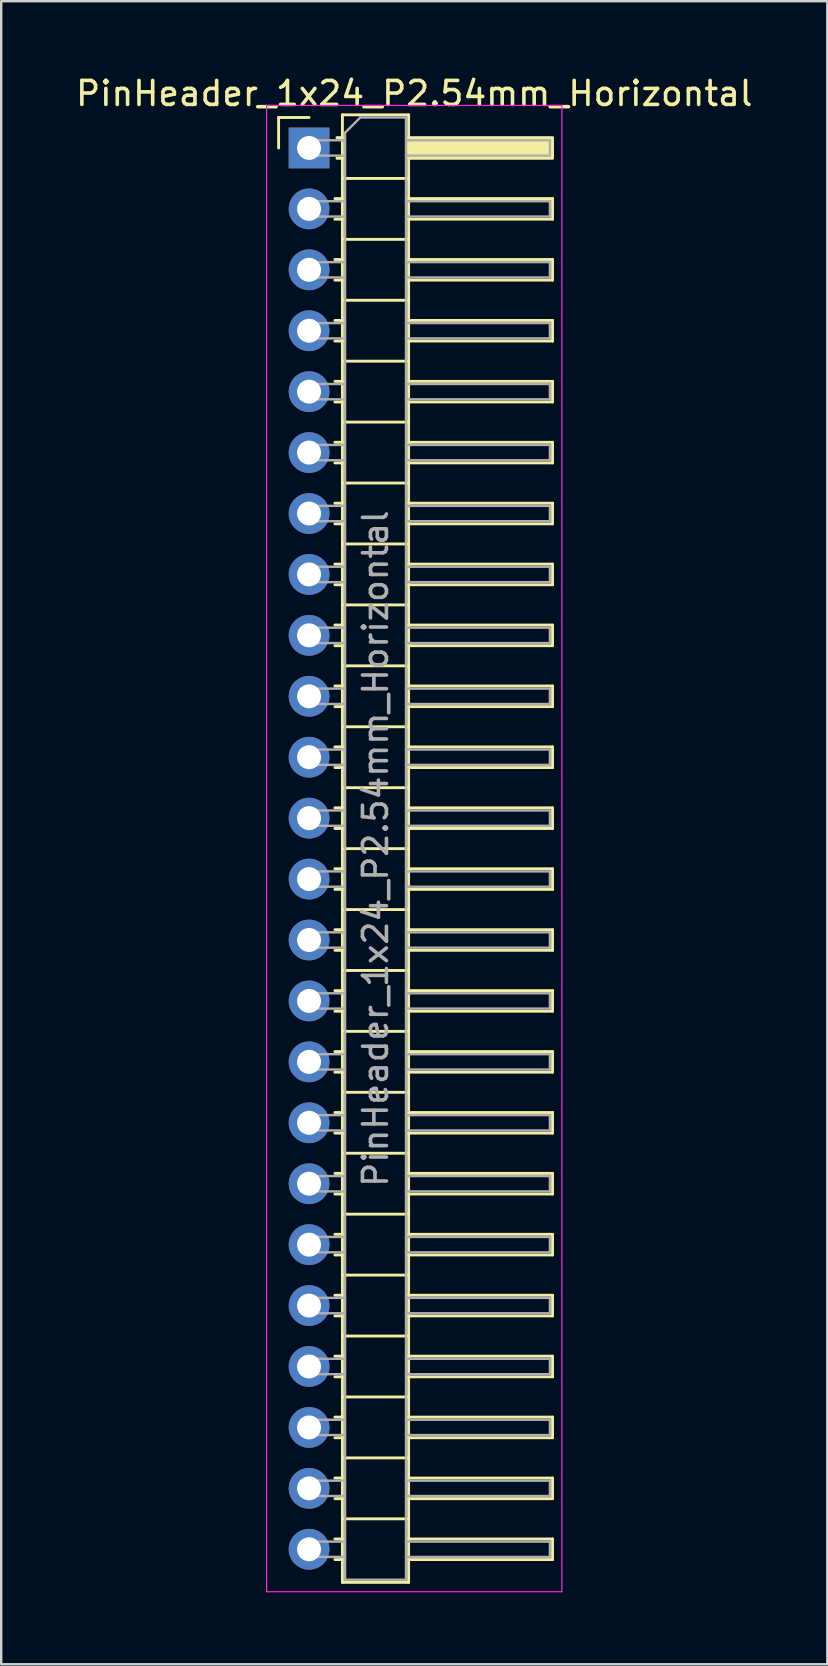
<source format=kicad_pcb>
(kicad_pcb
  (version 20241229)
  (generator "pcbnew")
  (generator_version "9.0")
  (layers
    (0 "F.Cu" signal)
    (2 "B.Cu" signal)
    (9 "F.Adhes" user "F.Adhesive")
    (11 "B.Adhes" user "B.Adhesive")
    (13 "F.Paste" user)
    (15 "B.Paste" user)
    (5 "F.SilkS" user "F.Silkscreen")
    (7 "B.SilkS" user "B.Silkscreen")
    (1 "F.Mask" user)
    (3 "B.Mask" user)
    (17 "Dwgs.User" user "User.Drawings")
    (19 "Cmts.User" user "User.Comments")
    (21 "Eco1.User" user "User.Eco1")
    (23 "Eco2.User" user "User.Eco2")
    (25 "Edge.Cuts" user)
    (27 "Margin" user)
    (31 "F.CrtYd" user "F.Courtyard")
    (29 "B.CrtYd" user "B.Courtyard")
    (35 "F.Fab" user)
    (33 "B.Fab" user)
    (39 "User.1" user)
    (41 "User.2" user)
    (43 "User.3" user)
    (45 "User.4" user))
  (footprint "PinHeader_1x24_P2.54mm_Horizontal"
    (layer "F.Cu")
    (at 9.835 3.118)
    (property "Reference" "PinHeader_1x24_P2.54mm_Horizontal" (at 4.385 -2.27 0) (layer "F.SilkS") (effects (font (size 1 1) (thickness 0.15))))
    (attr through_hole)
    (fp_line (start -1.27 -1.27) (end 0 -1.27) (stroke (width 0.12) (type solid)) (layer "F.SilkS"))
    (fp_line (start -1.27 0) (end -1.27 -1.27) (stroke (width 0.12) (type solid)) (layer "F.SilkS"))
    (fp_line (start 1.077 2.11) (end 1.39 2.11) (stroke (width 0.12) (type solid)) (layer "F.SilkS"))
    (fp_line (start 1.077 2.97) (end 1.39 2.97) (stroke (width 0.12) (type solid)) (layer "F.SilkS"))
    (fp_line (start 1.077 4.65) (end 1.39 4.65) (stroke (width 0.12) (type solid)) (layer "F.SilkS"))
    (fp_line (start 1.077 5.51) (end 1.39 5.51) (stroke (width 0.12) (type solid)) (layer "F.SilkS"))
    (fp_line (start 1.077 7.19) (end 1.39 7.19) (stroke (width 0.12) (type solid)) (layer "F.SilkS"))
    (fp_line (start 1.077 8.05) (end 1.39 8.05) (stroke (width 0.12) (type solid)) (layer "F.SilkS"))
    (fp_line (start 1.077 9.73) (end 1.39 9.73) (stroke (width 0.12) (type solid)) (layer "F.SilkS"))
    (fp_line (start 1.077 10.59) (end 1.39 10.59) (stroke (width 0.12) (type solid)) (layer "F.SilkS"))
    (fp_line (start 1.077 12.27) (end 1.39 12.27) (stroke (width 0.12) (type solid)) (layer "F.SilkS"))
    (fp_line (start 1.077 13.13) (end 1.39 13.13) (stroke (width 0.12) (type solid)) (layer "F.SilkS"))
    (fp_line (start 1.077 14.81) (end 1.39 14.81) (stroke (width 0.12) (type solid)) (layer "F.SilkS"))
    (fp_line (start 1.077 15.67) (end 1.39 15.67) (stroke (width 0.12) (type solid)) (layer "F.SilkS"))
    (fp_line (start 1.077 17.35) (end 1.39 17.35) (stroke (width 0.12) (type solid)) (layer "F.SilkS"))
    (fp_line (start 1.077 18.21) (end 1.39 18.21) (stroke (width 0.12) (type solid)) (layer "F.SilkS"))
    (fp_line (start 1.077 19.89) (end 1.39 19.89) (stroke (width 0.12) (type solid)) (layer "F.SilkS"))
    (fp_line (start 1.077 20.75) (end 1.39 20.75) (stroke (width 0.12) (type solid)) (layer "F.SilkS"))
    (fp_line (start 1.077 22.43) (end 1.39 22.43) (stroke (width 0.12) (type solid)) (layer "F.SilkS"))
    (fp_line (start 1.077 23.29) (end 1.39 23.29) (stroke (width 0.12) (type solid)) (layer "F.SilkS"))
    (fp_line (start 1.077 24.97) (end 1.39 24.97) (stroke (width 0.12) (type solid)) (layer "F.SilkS"))
    (fp_line (start 1.077 25.83) (end 1.39 25.83) (stroke (width 0.12) (type solid)) (layer "F.SilkS"))
    (fp_line (start 1.077 27.51) (end 1.39 27.51) (stroke (width 0.12) (type solid)) (layer "F.SilkS"))
    (fp_line (start 1.077 28.37) (end 1.39 28.37) (stroke (width 0.12) (type solid)) (layer "F.SilkS"))
    (fp_line (start 1.077 30.05) (end 1.39 30.05) (stroke (width 0.12) (type solid)) (layer "F.SilkS"))
    (fp_line (start 1.077 30.91) (end 1.39 30.91) (stroke (width 0.12) (type solid)) (layer "F.SilkS"))
    (fp_line (start 1.077 32.59) (end 1.39 32.59) (stroke (width 0.12) (type solid)) (layer "F.SilkS"))
    (fp_line (start 1.077 33.45) (end 1.39 33.45) (stroke (width 0.12) (type solid)) (layer "F.SilkS"))
    (fp_line (start 1.077 35.13) (end 1.39 35.13) (stroke (width 0.12) (type solid)) (layer "F.SilkS"))
    (fp_line (start 1.077 35.99) (end 1.39 35.99) (stroke (width 0.12) (type solid)) (layer "F.SilkS"))
    (fp_line (start 1.077 37.67) (end 1.39 37.67) (stroke (width 0.12) (type solid)) (layer "F.SilkS"))
    (fp_line (start 1.077 38.53) (end 1.39 38.53) (stroke (width 0.12) (type solid)) (layer "F.SilkS"))
    (fp_line (start 1.077 40.21) (end 1.39 40.21) (stroke (width 0.12) (type solid)) (layer "F.SilkS"))
    (fp_line (start 1.077 41.07) (end 1.39 41.07) (stroke (width 0.12) (type solid)) (layer "F.SilkS"))
    (fp_line (start 1.077 42.75) (end 1.39 42.75) (stroke (width 0.12) (type solid)) (layer "F.SilkS"))
    (fp_line (start 1.077 43.61) (end 1.39 43.61) (stroke (width 0.12) (type solid)) (layer "F.SilkS"))
    (fp_line (start 1.077 45.29) (end 1.39 45.29) (stroke (width 0.12) (type solid)) (layer "F.SilkS"))
    (fp_line (start 1.077 46.15) (end 1.39 46.15) (stroke (width 0.12) (type solid)) (layer "F.SilkS"))
    (fp_line (start 1.077 47.83) (end 1.39 47.83) (stroke (width 0.12) (type solid)) (layer "F.SilkS"))
    (fp_line (start 1.077 48.69) (end 1.39 48.69) (stroke (width 0.12) (type solid)) (layer "F.SilkS"))
    (fp_line (start 1.077 50.37) (end 1.39 50.37) (stroke (width 0.12) (type solid)) (layer "F.SilkS"))
    (fp_line (start 1.077 51.23) (end 1.39 51.23) (stroke (width 0.12) (type solid)) (layer "F.SilkS"))
    (fp_line (start 1.077 52.91) (end 1.39 52.91) (stroke (width 0.12) (type solid)) (layer "F.SilkS"))
    (fp_line (start 1.077 53.77) (end 1.39 53.77) (stroke (width 0.12) (type solid)) (layer "F.SilkS"))
    (fp_line (start 1.077 55.45) (end 1.39 55.45) (stroke (width 0.12) (type solid)) (layer "F.SilkS"))
    (fp_line (start 1.077 56.31) (end 1.39 56.31) (stroke (width 0.12) (type solid)) (layer "F.SilkS"))
    (fp_line (start 1.077 57.99) (end 1.39 57.99) (stroke (width 0.12) (type solid)) (layer "F.SilkS"))
    (fp_line (start 1.077 58.85) (end 1.39 58.85) (stroke (width 0.12) (type solid)) (layer "F.SilkS"))
    (fp_line (start 1.16 -0.43) (end 1.39 -0.43) (stroke (width 0.12) (type solid)) (layer "F.SilkS"))
    (fp_line (start 1.16 0.43) (end 1.39 0.43) (stroke (width 0.12) (type solid)) (layer "F.SilkS"))
    (fp_line (start 1.39 -1.38) (end 1.39 59.8) (stroke (width 0.12) (type solid)) (layer "F.SilkS"))
    (fp_line (start 1.39 1.27) (end 4.15 1.27) (stroke (width 0.12) (type solid)) (layer "F.SilkS"))
    (fp_line (start 1.39 3.81) (end 4.15 3.81) (stroke (width 0.12) (type solid)) (layer "F.SilkS"))
    (fp_line (start 1.39 6.35) (end 4.15 6.35) (stroke (width 0.12) (type solid)) (layer "F.SilkS"))
    (fp_line (start 1.39 8.89) (end 4.15 8.89) (stroke (width 0.12) (type solid)) (layer "F.SilkS"))
    (fp_line (start 1.39 11.43) (end 4.15 11.43) (stroke (width 0.12) (type solid)) (layer "F.SilkS"))
    (fp_line (start 1.39 13.97) (end 4.15 13.97) (stroke (width 0.12) (type solid)) (layer "F.SilkS"))
    (fp_line (start 1.39 16.51) (end 4.15 16.51) (stroke (width 0.12) (type solid)) (layer "F.SilkS"))
    (fp_line (start 1.39 19.05) (end 4.15 19.05) (stroke (width 0.12) (type solid)) (layer "F.SilkS"))
    (fp_line (start 1.39 21.59) (end 4.15 21.59) (stroke (width 0.12) (type solid)) (layer "F.SilkS"))
    (fp_line (start 1.39 24.13) (end 4.15 24.13) (stroke (width 0.12) (type solid)) (layer "F.SilkS"))
    (fp_line (start 1.39 26.67) (end 4.15 26.67) (stroke (width 0.12) (type solid)) (layer "F.SilkS"))
    (fp_line (start 1.39 29.21) (end 4.15 29.21) (stroke (width 0.12) (type solid)) (layer "F.SilkS"))
    (fp_line (start 1.39 31.75) (end 4.15 31.75) (stroke (width 0.12) (type solid)) (layer "F.SilkS"))
    (fp_line (start 1.39 34.29) (end 4.15 34.29) (stroke (width 0.12) (type solid)) (layer "F.SilkS"))
    (fp_line (start 1.39 36.83) (end 4.15 36.83) (stroke (width 0.12) (type solid)) (layer "F.SilkS"))
    (fp_line (start 1.39 39.37) (end 4.15 39.37) (stroke (width 0.12) (type solid)) (layer "F.SilkS"))
    (fp_line (start 1.39 41.91) (end 4.15 41.91) (stroke (width 0.12) (type solid)) (layer "F.SilkS"))
    (fp_line (start 1.39 44.45) (end 4.15 44.45) (stroke (width 0.12) (type solid)) (layer "F.SilkS"))
    (fp_line (start 1.39 46.99) (end 4.15 46.99) (stroke (width 0.12) (type solid)) (layer "F.SilkS"))
    (fp_line (start 1.39 49.53) (end 4.15 49.53) (stroke (width 0.12) (type solid)) (layer "F.SilkS"))
    (fp_line (start 1.39 52.07) (end 4.15 52.07) (stroke (width 0.12) (type solid)) (layer "F.SilkS"))
    (fp_line (start 1.39 54.61) (end 4.15 54.61) (stroke (width 0.12) (type solid)) (layer "F.SilkS"))
    (fp_line (start 1.39 57.15) (end 4.15 57.15) (stroke (width 0.12) (type solid)) (layer "F.SilkS"))
    (fp_line (start 1.39 59.8) (end 4.15 59.8) (stroke (width 0.12) (type solid)) (layer "F.SilkS"))
    (fp_line (start 4.15 -1.38) (end 1.39 -1.38) (stroke (width 0.12) (type solid)) (layer "F.SilkS"))
    (fp_line (start 4.15 2.11) (end 10.15 2.11) (stroke (width 0.12) (type solid)) (layer "F.SilkS"))
    (fp_line (start 4.15 4.65) (end 10.15 4.65) (stroke (width 0.12) (type solid)) (layer "F.SilkS"))
    (fp_line (start 4.15 7.19) (end 10.15 7.19) (stroke (width 0.12) (type solid)) (layer "F.SilkS"))
    (fp_line (start 4.15 9.73) (end 10.15 9.73) (stroke (width 0.12) (type solid)) (layer "F.SilkS"))
    (fp_line (start 4.15 12.27) (end 10.15 12.27) (stroke (width 0.12) (type solid)) (layer "F.SilkS"))
    (fp_line (start 4.15 14.81) (end 10.15 14.81) (stroke (width 0.12) (type solid)) (layer "F.SilkS"))
    (fp_line (start 4.15 17.35) (end 10.15 17.35) (stroke (width 0.12) (type solid)) (layer "F.SilkS"))
    (fp_line (start 4.15 19.89) (end 10.15 19.89) (stroke (width 0.12) (type solid)) (layer "F.SilkS"))
    (fp_line (start 4.15 22.43) (end 10.15 22.43) (stroke (width 0.12) (type solid)) (layer "F.SilkS"))
    (fp_line (start 4.15 24.97) (end 10.15 24.97) (stroke (width 0.12) (type solid)) (layer "F.SilkS"))
    (fp_line (start 4.15 27.51) (end 10.15 27.51) (stroke (width 0.12) (type solid)) (layer "F.SilkS"))
    (fp_line (start 4.15 30.05) (end 10.15 30.05) (stroke (width 0.12) (type solid)) (layer "F.SilkS"))
    (fp_line (start 4.15 32.59) (end 10.15 32.59) (stroke (width 0.12) (type solid)) (layer "F.SilkS"))
    (fp_line (start 4.15 35.13) (end 10.15 35.13) (stroke (width 0.12) (type solid)) (layer "F.SilkS"))
    (fp_line (start 4.15 37.67) (end 10.15 37.67) (stroke (width 0.12) (type solid)) (layer "F.SilkS"))
    (fp_line (start 4.15 40.21) (end 10.15 40.21) (stroke (width 0.12) (type solid)) (layer "F.SilkS"))
    (fp_line (start 4.15 42.75) (end 10.15 42.75) (stroke (width 0.12) (type solid)) (layer "F.SilkS"))
    (fp_line (start 4.15 45.29) (end 10.15 45.29) (stroke (width 0.12) (type solid)) (layer "F.SilkS"))
    (fp_line (start 4.15 47.83) (end 10.15 47.83) (stroke (width 0.12) (type solid)) (layer "F.SilkS"))
    (fp_line (start 4.15 50.37) (end 10.15 50.37) (stroke (width 0.12) (type solid)) (layer "F.SilkS"))
    (fp_line (start 4.15 52.91) (end 10.15 52.91) (stroke (width 0.12) (type solid)) (layer "F.SilkS"))
    (fp_line (start 4.15 55.45) (end 10.15 55.45) (stroke (width 0.12) (type solid)) (layer "F.SilkS"))
    (fp_line (start 4.15 57.99) (end 10.15 57.99) (stroke (width 0.12) (type solid)) (layer "F.SilkS"))
    (fp_line (start 4.15 59.8) (end 4.15 -1.38) (stroke (width 0.12) (type solid)) (layer "F.SilkS"))
    (fp_line (start 10.15 2.11) (end 10.15 2.97) (stroke (width 0.12) (type solid)) (layer "F.SilkS"))
    (fp_line (start 10.15 2.97) (end 4.15 2.97) (stroke (width 0.12) (type solid)) (layer "F.SilkS"))
    (fp_line (start 10.15 4.65) (end 10.15 5.51) (stroke (width 0.12) (type solid)) (layer "F.SilkS"))
    (fp_line (start 10.15 5.51) (end 4.15 5.51) (stroke (width 0.12) (type solid)) (layer "F.SilkS"))
    (fp_line (start 10.15 7.19) (end 10.15 8.05) (stroke (width 0.12) (type solid)) (layer "F.SilkS"))
    (fp_line (start 10.15 8.05) (end 4.15 8.05) (stroke (width 0.12) (type solid)) (layer "F.SilkS"))
    (fp_line (start 10.15 9.73) (end 10.15 10.59) (stroke (width 0.12) (type solid)) (layer "F.SilkS"))
    (fp_line (start 10.15 10.59) (end 4.15 10.59) (stroke (width 0.12) (type solid)) (layer "F.SilkS"))
    (fp_line (start 10.15 12.27) (end 10.15 13.13) (stroke (width 0.12) (type solid)) (layer "F.SilkS"))
    (fp_line (start 10.15 13.13) (end 4.15 13.13) (stroke (width 0.12) (type solid)) (layer "F.SilkS"))
    (fp_line (start 10.15 14.81) (end 10.15 15.67) (stroke (width 0.12) (type solid)) (layer "F.SilkS"))
    (fp_line (start 10.15 15.67) (end 4.15 15.67) (stroke (width 0.12) (type solid)) (layer "F.SilkS"))
    (fp_line (start 10.15 17.35) (end 10.15 18.21) (stroke (width 0.12) (type solid)) (layer "F.SilkS"))
    (fp_line (start 10.15 18.21) (end 4.15 18.21) (stroke (width 0.12) (type solid)) (layer "F.SilkS"))
    (fp_line (start 10.15 19.89) (end 10.15 20.75) (stroke (width 0.12) (type solid)) (layer "F.SilkS"))
    (fp_line (start 10.15 20.75) (end 4.15 20.75) (stroke (width 0.12) (type solid)) (layer "F.SilkS"))
    (fp_line (start 10.15 22.43) (end 10.15 23.29) (stroke (width 0.12) (type solid)) (layer "F.SilkS"))
    (fp_line (start 10.15 23.29) (end 4.15 23.29) (stroke (width 0.12) (type solid)) (layer "F.SilkS"))
    (fp_line (start 10.15 24.97) (end 10.15 25.83) (stroke (width 0.12) (type solid)) (layer "F.SilkS"))
    (fp_line (start 10.15 25.83) (end 4.15 25.83) (stroke (width 0.12) (type solid)) (layer "F.SilkS"))
    (fp_line (start 10.15 27.51) (end 10.15 28.37) (stroke (width 0.12) (type solid)) (layer "F.SilkS"))
    (fp_line (start 10.15 28.37) (end 4.15 28.37) (stroke (width 0.12) (type solid)) (layer "F.SilkS"))
    (fp_line (start 10.15 30.05) (end 10.15 30.91) (stroke (width 0.12) (type solid)) (layer "F.SilkS"))
    (fp_line (start 10.15 30.91) (end 4.15 30.91) (stroke (width 0.12) (type solid)) (layer "F.SilkS"))
    (fp_line (start 10.15 32.59) (end 10.15 33.45) (stroke (width 0.12) (type solid)) (layer "F.SilkS"))
    (fp_line (start 10.15 33.45) (end 4.15 33.45) (stroke (width 0.12) (type solid)) (layer "F.SilkS"))
    (fp_line (start 10.15 35.13) (end 10.15 35.99) (stroke (width 0.12) (type solid)) (layer "F.SilkS"))
    (fp_line (start 10.15 35.99) (end 4.15 35.99) (stroke (width 0.12) (type solid)) (layer "F.SilkS"))
    (fp_line (start 10.15 37.67) (end 10.15 38.53) (stroke (width 0.12) (type solid)) (layer "F.SilkS"))
    (fp_line (start 10.15 38.53) (end 4.15 38.53) (stroke (width 0.12) (type solid)) (layer "F.SilkS"))
    (fp_line (start 10.15 40.21) (end 10.15 41.07) (stroke (width 0.12) (type solid)) (layer "F.SilkS"))
    (fp_line (start 10.15 41.07) (end 4.15 41.07) (stroke (width 0.12) (type solid)) (layer "F.SilkS"))
    (fp_line (start 10.15 42.75) (end 10.15 43.61) (stroke (width 0.12) (type solid)) (layer "F.SilkS"))
    (fp_line (start 10.15 43.61) (end 4.15 43.61) (stroke (width 0.12) (type solid)) (layer "F.SilkS"))
    (fp_line (start 10.15 45.29) (end 10.15 46.15) (stroke (width 0.12) (type solid)) (layer "F.SilkS"))
    (fp_line (start 10.15 46.15) (end 4.15 46.15) (stroke (width 0.12) (type solid)) (layer "F.SilkS"))
    (fp_line (start 10.15 47.83) (end 10.15 48.69) (stroke (width 0.12) (type solid)) (layer "F.SilkS"))
    (fp_line (start 10.15 48.69) (end 4.15 48.69) (stroke (width 0.12) (type solid)) (layer "F.SilkS"))
    (fp_line (start 10.15 50.37) (end 10.15 51.23) (stroke (width 0.12) (type solid)) (layer "F.SilkS"))
    (fp_line (start 10.15 51.23) (end 4.15 51.23) (stroke (width 0.12) (type solid)) (layer "F.SilkS"))
    (fp_line (start 10.15 52.91) (end 10.15 53.77) (stroke (width 0.12) (type solid)) (layer "F.SilkS"))
    (fp_line (start 10.15 53.77) (end 4.15 53.77) (stroke (width 0.12) (type solid)) (layer "F.SilkS"))
    (fp_line (start 10.15 55.45) (end 10.15 56.31) (stroke (width 0.12) (type solid)) (layer "F.SilkS"))
    (fp_line (start 10.15 56.31) (end 4.15 56.31) (stroke (width 0.12) (type solid)) (layer "F.SilkS"))
    (fp_line (start 10.15 57.99) (end 10.15 58.85) (stroke (width 0.12) (type solid)) (layer "F.SilkS"))
    (fp_line (start 10.15 58.85) (end 4.15 58.85) (stroke (width 0.12) (type solid)) (layer "F.SilkS"))
    (fp_rect (start 4.15 -0.43) (end 10.15 0.43) (stroke (width 0.12) (type solid)) (fill yes) (layer "F.SilkS"))
    (fp_line (start -1.77 -1.77) (end -1.77 60.19) (stroke (width 0.05) (type solid)) (layer "F.CrtYd"))
    (fp_line (start -1.77 60.19) (end 10.54 60.19) (stroke (width 0.05) (type solid)) (layer "F.CrtYd"))
    (fp_line (start 10.54 -1.77) (end -1.77 -1.77) (stroke (width 0.05) (type solid)) (layer "F.CrtYd"))
    (fp_line (start 10.54 60.19) (end 10.54 -1.77) (stroke (width 0.05) (type solid)) (layer "F.CrtYd"))
    (fp_line (start -0.32 -0.32) (end -0.32 0.32) (stroke (width 0.1) (type solid)) (layer "F.Fab"))
    (fp_line (start -0.32 -0.32) (end 1.5 -0.32) (stroke (width 0.1) (type solid)) (layer "F.Fab"))
    (fp_line (start -0.32 0.32) (end 1.5 0.32) (stroke (width 0.1) (type solid)) (layer "F.Fab"))
    (fp_line (start -0.32 2.22) (end -0.32 2.86) (stroke (width 0.1) (type solid)) (layer "F.Fab"))
    (fp_line (start -0.32 2.22) (end 1.5 2.22) (stroke (width 0.1) (type solid)) (layer "F.Fab"))
    (fp_line (start -0.32 2.86) (end 1.5 2.86) (stroke (width 0.1) (type solid)) (layer "F.Fab"))
    (fp_line (start -0.32 4.76) (end -0.32 5.4) (stroke (width 0.1) (type solid)) (layer "F.Fab"))
    (fp_line (start -0.32 4.76) (end 1.5 4.76) (stroke (width 0.1) (type solid)) (layer "F.Fab"))
    (fp_line (start -0.32 5.4) (end 1.5 5.4) (stroke (width 0.1) (type solid)) (layer "F.Fab"))
    (fp_line (start -0.32 7.3) (end -0.32 7.94) (stroke (width 0.1) (type solid)) (layer "F.Fab"))
    (fp_line (start -0.32 7.3) (end 1.5 7.3) (stroke (width 0.1) (type solid)) (layer "F.Fab"))
    (fp_line (start -0.32 7.94) (end 1.5 7.94) (stroke (width 0.1) (type solid)) (layer "F.Fab"))
    (fp_line (start -0.32 9.84) (end -0.32 10.48) (stroke (width 0.1) (type solid)) (layer "F.Fab"))
    (fp_line (start -0.32 9.84) (end 1.5 9.84) (stroke (width 0.1) (type solid)) (layer "F.Fab"))
    (fp_line (start -0.32 10.48) (end 1.5 10.48) (stroke (width 0.1) (type solid)) (layer "F.Fab"))
    (fp_line (start -0.32 12.38) (end -0.32 13.02) (stroke (width 0.1) (type solid)) (layer "F.Fab"))
    (fp_line (start -0.32 12.38) (end 1.5 12.38) (stroke (width 0.1) (type solid)) (layer "F.Fab"))
    (fp_line (start -0.32 13.02) (end 1.5 13.02) (stroke (width 0.1) (type solid)) (layer "F.Fab"))
    (fp_line (start -0.32 14.92) (end -0.32 15.56) (stroke (width 0.1) (type solid)) (layer "F.Fab"))
    (fp_line (start -0.32 14.92) (end 1.5 14.92) (stroke (width 0.1) (type solid)) (layer "F.Fab"))
    (fp_line (start -0.32 15.56) (end 1.5 15.56) (stroke (width 0.1) (type solid)) (layer "F.Fab"))
    (fp_line (start -0.32 17.46) (end -0.32 18.1) (stroke (width 0.1) (type solid)) (layer "F.Fab"))
    (fp_line (start -0.32 17.46) (end 1.5 17.46) (stroke (width 0.1) (type solid)) (layer "F.Fab"))
    (fp_line (start -0.32 18.1) (end 1.5 18.1) (stroke (width 0.1) (type solid)) (layer "F.Fab"))
    (fp_line (start -0.32 20) (end -0.32 20.64) (stroke (width 0.1) (type solid)) (layer "F.Fab"))
    (fp_line (start -0.32 20) (end 1.5 20) (stroke (width 0.1) (type solid)) (layer "F.Fab"))
    (fp_line (start -0.32 20.64) (end 1.5 20.64) (stroke (width 0.1) (type solid)) (layer "F.Fab"))
    (fp_line (start -0.32 22.54) (end -0.32 23.18) (stroke (width 0.1) (type solid)) (layer "F.Fab"))
    (fp_line (start -0.32 22.54) (end 1.5 22.54) (stroke (width 0.1) (type solid)) (layer "F.Fab"))
    (fp_line (start -0.32 23.18) (end 1.5 23.18) (stroke (width 0.1) (type solid)) (layer "F.Fab"))
    (fp_line (start -0.32 25.08) (end -0.32 25.72) (stroke (width 0.1) (type solid)) (layer "F.Fab"))
    (fp_line (start -0.32 25.08) (end 1.5 25.08) (stroke (width 0.1) (type solid)) (layer "F.Fab"))
    (fp_line (start -0.32 25.72) (end 1.5 25.72) (stroke (width 0.1) (type solid)) (layer "F.Fab"))
    (fp_line (start -0.32 27.62) (end -0.32 28.26) (stroke (width 0.1) (type solid)) (layer "F.Fab"))
    (fp_line (start -0.32 27.62) (end 1.5 27.62) (stroke (width 0.1) (type solid)) (layer "F.Fab"))
    (fp_line (start -0.32 28.26) (end 1.5 28.26) (stroke (width 0.1) (type solid)) (layer "F.Fab"))
    (fp_line (start -0.32 30.16) (end -0.32 30.8) (stroke (width 0.1) (type solid)) (layer "F.Fab"))
    (fp_line (start -0.32 30.16) (end 1.5 30.16) (stroke (width 0.1) (type solid)) (layer "F.Fab"))
    (fp_line (start -0.32 30.8) (end 1.5 30.8) (stroke (width 0.1) (type solid)) (layer "F.Fab"))
    (fp_line (start -0.32 32.7) (end -0.32 33.34) (stroke (width 0.1) (type solid)) (layer "F.Fab"))
    (fp_line (start -0.32 32.7) (end 1.5 32.7) (stroke (width 0.1) (type solid)) (layer "F.Fab"))
    (fp_line (start -0.32 33.34) (end 1.5 33.34) (stroke (width 0.1) (type solid)) (layer "F.Fab"))
    (fp_line (start -0.32 35.24) (end -0.32 35.88) (stroke (width 0.1) (type solid)) (layer "F.Fab"))
    (fp_line (start -0.32 35.24) (end 1.5 35.24) (stroke (width 0.1) (type solid)) (layer "F.Fab"))
    (fp_line (start -0.32 35.88) (end 1.5 35.88) (stroke (width 0.1) (type solid)) (layer "F.Fab"))
    (fp_line (start -0.32 37.78) (end -0.32 38.42) (stroke (width 0.1) (type solid)) (layer "F.Fab"))
    (fp_line (start -0.32 37.78) (end 1.5 37.78) (stroke (width 0.1) (type solid)) (layer "F.Fab"))
    (fp_line (start -0.32 38.42) (end 1.5 38.42) (stroke (width 0.1) (type solid)) (layer "F.Fab"))
    (fp_line (start -0.32 40.32) (end -0.32 40.96) (stroke (width 0.1) (type solid)) (layer "F.Fab"))
    (fp_line (start -0.32 40.32) (end 1.5 40.32) (stroke (width 0.1) (type solid)) (layer "F.Fab"))
    (fp_line (start -0.32 40.96) (end 1.5 40.96) (stroke (width 0.1) (type solid)) (layer "F.Fab"))
    (fp_line (start -0.32 42.86) (end -0.32 43.5) (stroke (width 0.1) (type solid)) (layer "F.Fab"))
    (fp_line (start -0.32 42.86) (end 1.5 42.86) (stroke (width 0.1) (type solid)) (layer "F.Fab"))
    (fp_line (start -0.32 43.5) (end 1.5 43.5) (stroke (width 0.1) (type solid)) (layer "F.Fab"))
    (fp_line (start -0.32 45.4) (end -0.32 46.04) (stroke (width 0.1) (type solid)) (layer "F.Fab"))
    (fp_line (start -0.32 45.4) (end 1.5 45.4) (stroke (width 0.1) (type solid)) (layer "F.Fab"))
    (fp_line (start -0.32 46.04) (end 1.5 46.04) (stroke (width 0.1) (type solid)) (layer "F.Fab"))
    (fp_line (start -0.32 47.94) (end -0.32 48.58) (stroke (width 0.1) (type solid)) (layer "F.Fab"))
    (fp_line (start -0.32 47.94) (end 1.5 47.94) (stroke (width 0.1) (type solid)) (layer "F.Fab"))
    (fp_line (start -0.32 48.58) (end 1.5 48.58) (stroke (width 0.1) (type solid)) (layer "F.Fab"))
    (fp_line (start -0.32 50.48) (end -0.32 51.12) (stroke (width 0.1) (type solid)) (layer "F.Fab"))
    (fp_line (start -0.32 50.48) (end 1.5 50.48) (stroke (width 0.1) (type solid)) (layer "F.Fab"))
    (fp_line (start -0.32 51.12) (end 1.5 51.12) (stroke (width 0.1) (type solid)) (layer "F.Fab"))
    (fp_line (start -0.32 53.02) (end -0.32 53.66) (stroke (width 0.1) (type solid)) (layer "F.Fab"))
    (fp_line (start -0.32 53.02) (end 1.5 53.02) (stroke (width 0.1) (type solid)) (layer "F.Fab"))
    (fp_line (start -0.32 53.66) (end 1.5 53.66) (stroke (width 0.1) (type solid)) (layer "F.Fab"))
    (fp_line (start -0.32 55.56) (end -0.32 56.2) (stroke (width 0.1) (type solid)) (layer "F.Fab"))
    (fp_line (start -0.32 55.56) (end 1.5 55.56) (stroke (width 0.1) (type solid)) (layer "F.Fab"))
    (fp_line (start -0.32 56.2) (end 1.5 56.2) (stroke (width 0.1) (type solid)) (layer "F.Fab"))
    (fp_line (start -0.32 58.1) (end -0.32 58.74) (stroke (width 0.1) (type solid)) (layer "F.Fab"))
    (fp_line (start -0.32 58.1) (end 1.5 58.1) (stroke (width 0.1) (type solid)) (layer "F.Fab"))
    (fp_line (start -0.32 58.74) (end 1.5 58.74) (stroke (width 0.1) (type solid)) (layer "F.Fab"))
    (fp_line (start 1.5 -0.635) (end 2.135 -1.27) (stroke (width 0.1) (type solid)) (layer "F.Fab"))
    (fp_line (start 1.5 59.69) (end 1.5 -0.635) (stroke (width 0.1) (type solid)) (layer "F.Fab"))
    (fp_line (start 2.135 -1.27) (end 4.04 -1.27) (stroke (width 0.1) (type solid)) (layer "F.Fab"))
    (fp_line (start 4.04 -1.27) (end 4.04 59.69) (stroke (width 0.1) (type solid)) (layer "F.Fab"))
    (fp_line (start 4.04 -0.32) (end 10.04 -0.32) (stroke (width 0.1) (type solid)) (layer "F.Fab"))
    (fp_line (start 4.04 0.32) (end 10.04 0.32) (stroke (width 0.1) (type solid)) (layer "F.Fab"))
    (fp_line (start 4.04 2.22) (end 10.04 2.22) (stroke (width 0.1) (type solid)) (layer "F.Fab"))
    (fp_line (start 4.04 2.86) (end 10.04 2.86) (stroke (width 0.1) (type solid)) (layer "F.Fab"))
    (fp_line (start 4.04 4.76) (end 10.04 4.76) (stroke (width 0.1) (type solid)) (layer "F.Fab"))
    (fp_line (start 4.04 5.4) (end 10.04 5.4) (stroke (width 0.1) (type solid)) (layer "F.Fab"))
    (fp_line (start 4.04 7.3) (end 10.04 7.3) (stroke (width 0.1) (type solid)) (layer "F.Fab"))
    (fp_line (start 4.04 7.94) (end 10.04 7.94) (stroke (width 0.1) (type solid)) (layer "F.Fab"))
    (fp_line (start 4.04 9.84) (end 10.04 9.84) (stroke (width 0.1) (type solid)) (layer "F.Fab"))
    (fp_line (start 4.04 10.48) (end 10.04 10.48) (stroke (width 0.1) (type solid)) (layer "F.Fab"))
    (fp_line (start 4.04 12.38) (end 10.04 12.38) (stroke (width 0.1) (type solid)) (layer "F.Fab"))
    (fp_line (start 4.04 13.02) (end 10.04 13.02) (stroke (width 0.1) (type solid)) (layer "F.Fab"))
    (fp_line (start 4.04 14.92) (end 10.04 14.92) (stroke (width 0.1) (type solid)) (layer "F.Fab"))
    (fp_line (start 4.04 15.56) (end 10.04 15.56) (stroke (width 0.1) (type solid)) (layer "F.Fab"))
    (fp_line (start 4.04 17.46) (end 10.04 17.46) (stroke (width 0.1) (type solid)) (layer "F.Fab"))
    (fp_line (start 4.04 18.1) (end 10.04 18.1) (stroke (width 0.1) (type solid)) (layer "F.Fab"))
    (fp_line (start 4.04 20) (end 10.04 20) (stroke (width 0.1) (type solid)) (layer "F.Fab"))
    (fp_line (start 4.04 20.64) (end 10.04 20.64) (stroke (width 0.1) (type solid)) (layer "F.Fab"))
    (fp_line (start 4.04 22.54) (end 10.04 22.54) (stroke (width 0.1) (type solid)) (layer "F.Fab"))
    (fp_line (start 4.04 23.18) (end 10.04 23.18) (stroke (width 0.1) (type solid)) (layer "F.Fab"))
    (fp_line (start 4.04 25.08) (end 10.04 25.08) (stroke (width 0.1) (type solid)) (layer "F.Fab"))
    (fp_line (start 4.04 25.72) (end 10.04 25.72) (stroke (width 0.1) (type solid)) (layer "F.Fab"))
    (fp_line (start 4.04 27.62) (end 10.04 27.62) (stroke (width 0.1) (type solid)) (layer "F.Fab"))
    (fp_line (start 4.04 28.26) (end 10.04 28.26) (stroke (width 0.1) (type solid)) (layer "F.Fab"))
    (fp_line (start 4.04 30.16) (end 10.04 30.16) (stroke (width 0.1) (type solid)) (layer "F.Fab"))
    (fp_line (start 4.04 30.8) (end 10.04 30.8) (stroke (width 0.1) (type solid)) (layer "F.Fab"))
    (fp_line (start 4.04 32.7) (end 10.04 32.7) (stroke (width 0.1) (type solid)) (layer "F.Fab"))
    (fp_line (start 4.04 33.34) (end 10.04 33.34) (stroke (width 0.1) (type solid)) (layer "F.Fab"))
    (fp_line (start 4.04 35.24) (end 10.04 35.24) (stroke (width 0.1) (type solid)) (layer "F.Fab"))
    (fp_line (start 4.04 35.88) (end 10.04 35.88) (stroke (width 0.1) (type solid)) (layer "F.Fab"))
    (fp_line (start 4.04 37.78) (end 10.04 37.78) (stroke (width 0.1) (type solid)) (layer "F.Fab"))
    (fp_line (start 4.04 38.42) (end 10.04 38.42) (stroke (width 0.1) (type solid)) (layer "F.Fab"))
    (fp_line (start 4.04 40.32) (end 10.04 40.32) (stroke (width 0.1) (type solid)) (layer "F.Fab"))
    (fp_line (start 4.04 40.96) (end 10.04 40.96) (stroke (width 0.1) (type solid)) (layer "F.Fab"))
    (fp_line (start 4.04 42.86) (end 10.04 42.86) (stroke (width 0.1) (type solid)) (layer "F.Fab"))
    (fp_line (start 4.04 43.5) (end 10.04 43.5) (stroke (width 0.1) (type solid)) (layer "F.Fab"))
    (fp_line (start 4.04 45.4) (end 10.04 45.4) (stroke (width 0.1) (type solid)) (layer "F.Fab"))
    (fp_line (start 4.04 46.04) (end 10.04 46.04) (stroke (width 0.1) (type solid)) (layer "F.Fab"))
    (fp_line (start 4.04 47.94) (end 10.04 47.94) (stroke (width 0.1) (type solid)) (layer "F.Fab"))
    (fp_line (start 4.04 48.58) (end 10.04 48.58) (stroke (width 0.1) (type solid)) (layer "F.Fab"))
    (fp_line (start 4.04 50.48) (end 10.04 50.48) (stroke (width 0.1) (type solid)) (layer "F.Fab"))
    (fp_line (start 4.04 51.12) (end 10.04 51.12) (stroke (width 0.1) (type solid)) (layer "F.Fab"))
    (fp_line (start 4.04 53.02) (end 10.04 53.02) (stroke (width 0.1) (type solid)) (layer "F.Fab"))
    (fp_line (start 4.04 53.66) (end 10.04 53.66) (stroke (width 0.1) (type solid)) (layer "F.Fab"))
    (fp_line (start 4.04 55.56) (end 10.04 55.56) (stroke (width 0.1) (type solid)) (layer "F.Fab"))
    (fp_line (start 4.04 56.2) (end 10.04 56.2) (stroke (width 0.1) (type solid)) (layer "F.Fab"))
    (fp_line (start 4.04 58.1) (end 10.04 58.1) (stroke (width 0.1) (type solid)) (layer "F.Fab"))
    (fp_line (start 4.04 58.74) (end 10.04 58.74) (stroke (width 0.1) (type solid)) (layer "F.Fab"))
    (fp_line (start 4.04 59.69) (end 1.5 59.69) (stroke (width 0.1) (type solid)) (layer "F.Fab"))
    (fp_line (start 10.04 -0.32) (end 10.04 0.32) (stroke (width 0.1) (type solid)) (layer "F.Fab"))
    (fp_line (start 10.04 2.22) (end 10.04 2.86) (stroke (width 0.1) (type solid)) (layer "F.Fab"))
    (fp_line (start 10.04 4.76) (end 10.04 5.4) (stroke (width 0.1) (type solid)) (layer "F.Fab"))
    (fp_line (start 10.04 7.3) (end 10.04 7.94) (stroke (width 0.1) (type solid)) (layer "F.Fab"))
    (fp_line (start 10.04 9.84) (end 10.04 10.48) (stroke (width 0.1) (type solid)) (layer "F.Fab"))
    (fp_line (start 10.04 12.38) (end 10.04 13.02) (stroke (width 0.1) (type solid)) (layer "F.Fab"))
    (fp_line (start 10.04 14.92) (end 10.04 15.56) (stroke (width 0.1) (type solid)) (layer "F.Fab"))
    (fp_line (start 10.04 17.46) (end 10.04 18.1) (stroke (width 0.1) (type solid)) (layer "F.Fab"))
    (fp_line (start 10.04 20) (end 10.04 20.64) (stroke (width 0.1) (type solid)) (layer "F.Fab"))
    (fp_line (start 10.04 22.54) (end 10.04 23.18) (stroke (width 0.1) (type solid)) (layer "F.Fab"))
    (fp_line (start 10.04 25.08) (end 10.04 25.72) (stroke (width 0.1) (type solid)) (layer "F.Fab"))
    (fp_line (start 10.04 27.62) (end 10.04 28.26) (stroke (width 0.1) (type solid)) (layer "F.Fab"))
    (fp_line (start 10.04 30.16) (end 10.04 30.8) (stroke (width 0.1) (type solid)) (layer "F.Fab"))
    (fp_line (start 10.04 32.7) (end 10.04 33.34) (stroke (width 0.1) (type solid)) (layer "F.Fab"))
    (fp_line (start 10.04 35.24) (end 10.04 35.88) (stroke (width 0.1) (type solid)) (layer "F.Fab"))
    (fp_line (start 10.04 37.78) (end 10.04 38.42) (stroke (width 0.1) (type solid)) (layer "F.Fab"))
    (fp_line (start 10.04 40.32) (end 10.04 40.96) (stroke (width 0.1) (type solid)) (layer "F.Fab"))
    (fp_line (start 10.04 42.86) (end 10.04 43.5) (stroke (width 0.1) (type solid)) (layer "F.Fab"))
    (fp_line (start 10.04 45.4) (end 10.04 46.04) (stroke (width 0.1) (type solid)) (layer "F.Fab"))
    (fp_line (start 10.04 47.94) (end 10.04 48.58) (stroke (width 0.1) (type solid)) (layer "F.Fab"))
    (fp_line (start 10.04 50.48) (end 10.04 51.12) (stroke (width 0.1) (type solid)) (layer "F.Fab"))
    (fp_line (start 10.04 53.02) (end 10.04 53.66) (stroke (width 0.1) (type solid)) (layer "F.Fab"))
    (fp_line (start 10.04 55.56) (end 10.04 56.2) (stroke (width 0.1) (type solid)) (layer "F.Fab"))
    (fp_line (start 10.04 58.1) (end 10.04 58.74) (stroke (width 0.1) (type solid)) (layer "F.Fab"))
    (fp_text user "${REFERENCE}" (at 2.77 29.21 90) (layer "F.Fab") (effects (font (size 1 1) (thickness 0.15))))
    (pad "1" thru_hole rect (at 0 0) (size 1.7 1.7) (drill 1) (layers "*.Cu" "*.Mask"))
    (pad "2" thru_hole circle (at 0 2.54) (size 1.7 1.7) (drill 1) (layers "*.Cu" "*.Mask"))
    (pad "3" thru_hole circle (at 0 5.08) (size 1.7 1.7) (drill 1) (layers "*.Cu" "*.Mask"))
    (pad "4" thru_hole circle (at 0 7.62) (size 1.7 1.7) (drill 1) (layers "*.Cu" "*.Mask"))
    (pad "5" thru_hole circle (at 0 10.16) (size 1.7 1.7) (drill 1) (layers "*.Cu" "*.Mask"))
    (pad "6" thru_hole circle (at 0 12.7) (size 1.7 1.7) (drill 1) (layers "*.Cu" "*.Mask"))
    (pad "7" thru_hole circle (at 0 15.24) (size 1.7 1.7) (drill 1) (layers "*.Cu" "*.Mask"))
    (pad "8" thru_hole circle (at 0 17.78) (size 1.7 1.7) (drill 1) (layers "*.Cu" "*.Mask"))
    (pad "9" thru_hole circle (at 0 20.32) (size 1.7 1.7) (drill 1) (layers "*.Cu" "*.Mask"))
    (pad "10" thru_hole circle (at 0 22.86) (size 1.7 1.7) (drill 1) (layers "*.Cu" "*.Mask"))
    (pad "11" thru_hole circle (at 0 25.4) (size 1.7 1.7) (drill 1) (layers "*.Cu" "*.Mask"))
    (pad "12" thru_hole circle (at 0 27.94) (size 1.7 1.7) (drill 1) (layers "*.Cu" "*.Mask"))
    (pad "13" thru_hole circle (at 0 30.48) (size 1.7 1.7) (drill 1) (layers "*.Cu" "*.Mask"))
    (pad "14" thru_hole circle (at 0 33.02) (size 1.7 1.7) (drill 1) (layers "*.Cu" "*.Mask"))
    (pad "15" thru_hole circle (at 0 35.56) (size 1.7 1.7) (drill 1) (layers "*.Cu" "*.Mask"))
    (pad "16" thru_hole circle (at 0 38.1) (size 1.7 1.7) (drill 1) (layers "*.Cu" "*.Mask"))
    (pad "17" thru_hole circle (at 0 40.64) (size 1.7 1.7) (drill 1) (layers "*.Cu" "*.Mask"))
    (pad "18" thru_hole circle (at 0 43.18) (size 1.7 1.7) (drill 1) (layers "*.Cu" "*.Mask"))
    (pad "19" thru_hole circle (at 0 45.72) (size 1.7 1.7) (drill 1) (layers "*.Cu" "*.Mask"))
    (pad "20" thru_hole circle (at 0 48.26) (size 1.7 1.7) (drill 1) (layers "*.Cu" "*.Mask"))
    (pad "21" thru_hole circle (at 0 50.8) (size 1.7 1.7) (drill 1) (layers "*.Cu" "*.Mask"))
    (pad "22" thru_hole circle (at 0 53.34) (size 1.7 1.7) (drill 1) (layers "*.Cu" "*.Mask"))
    (pad "23" thru_hole circle (at 0 55.88) (size 1.7 1.7) (drill 1) (layers "*.Cu" "*.Mask"))
    (pad "24" thru_hole circle (at 0 58.42) (size 1.7 1.7) (drill 1) (layers "*.Cu" "*.Mask")))
  (gr_rect
    (start -3 -3)
    (end 31.44 66.333)
    (stroke (width 0.1) (type default))
    (fill no)
    (layer "Edge.Cuts")))
</source>
